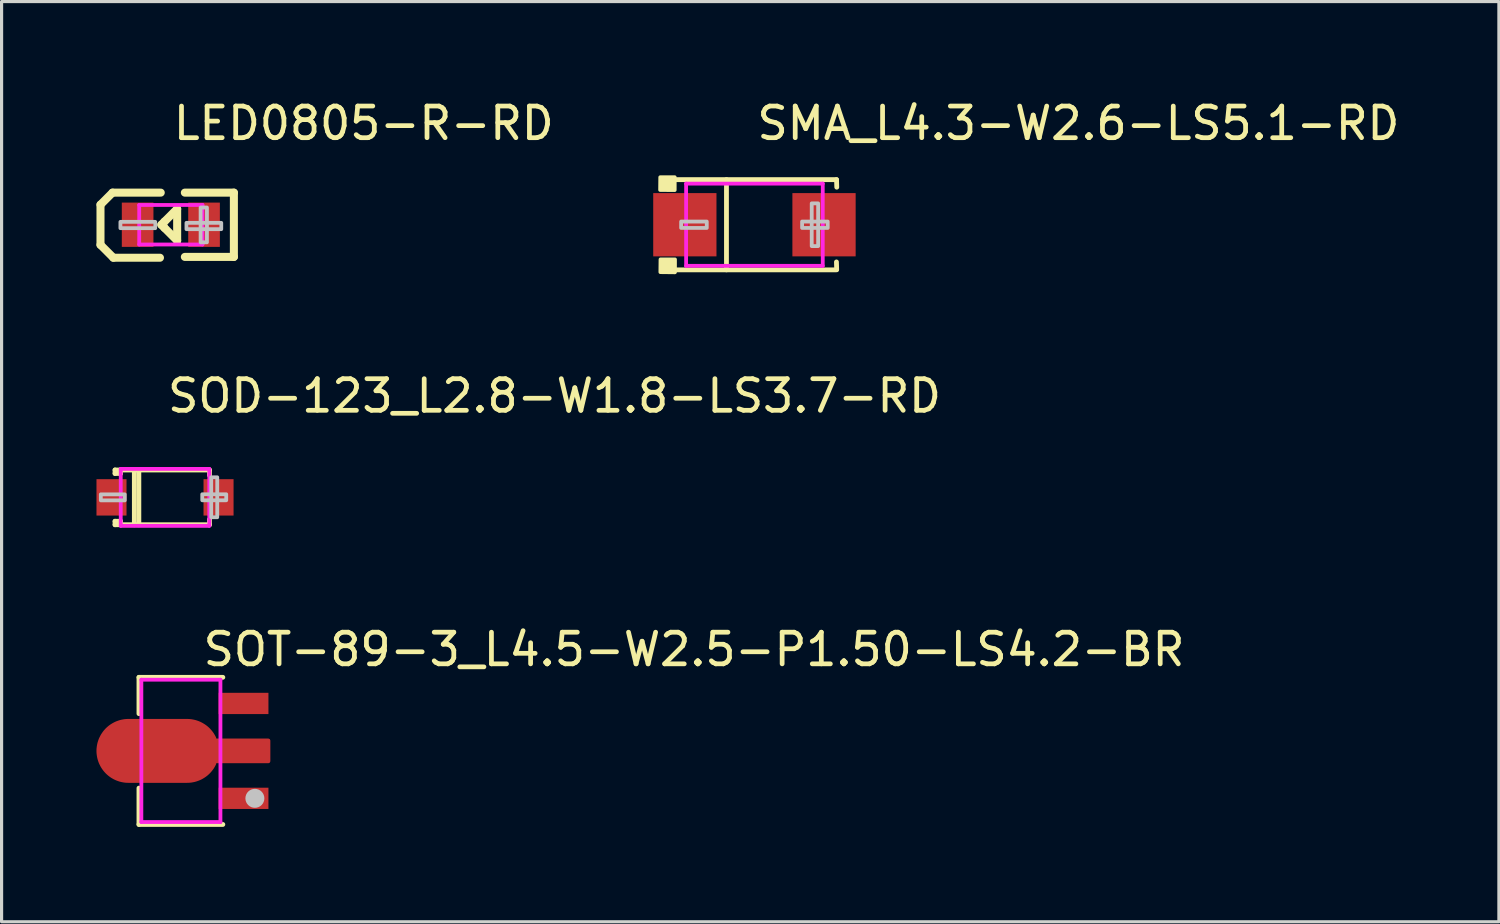
<source format=kicad_pcb>
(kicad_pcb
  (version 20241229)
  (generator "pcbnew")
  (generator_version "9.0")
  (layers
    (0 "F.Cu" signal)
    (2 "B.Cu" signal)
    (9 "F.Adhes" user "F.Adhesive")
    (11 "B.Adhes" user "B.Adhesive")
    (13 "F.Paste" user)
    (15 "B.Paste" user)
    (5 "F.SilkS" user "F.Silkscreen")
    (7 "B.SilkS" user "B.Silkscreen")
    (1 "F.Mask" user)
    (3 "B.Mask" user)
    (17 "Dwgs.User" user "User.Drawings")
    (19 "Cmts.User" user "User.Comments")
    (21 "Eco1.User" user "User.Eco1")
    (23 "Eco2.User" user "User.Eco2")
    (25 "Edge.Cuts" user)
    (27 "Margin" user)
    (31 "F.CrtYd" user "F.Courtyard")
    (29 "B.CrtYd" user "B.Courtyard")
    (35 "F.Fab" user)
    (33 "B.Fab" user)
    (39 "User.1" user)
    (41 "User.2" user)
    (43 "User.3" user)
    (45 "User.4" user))
  (footprint "SOD-123_L2.8-W1.8-LS3.7-RD"
    (layer "F.Cu")
    (at 2.167 12.674)
    (property "Reference" "SOD-123_L2.8-W1.8-LS3.7-RD" (at 0 -3.207 0) (layer "F.SilkS") (effects (font (size 1 1) (thickness 0.15)) (justify left)))
    (attr through_hole)
    (fp_line (start -1.58 -0.866) (end -1.406 -0.866) (stroke (width 0.152) (type solid)) (layer "F.SilkS"))
    (fp_line (start -1.58 -0.755) (end -1.58 -0.866) (stroke (width 0.152) (type solid)) (layer "F.SilkS"))
    (fp_line (start -1.58 -0.755) (end -1.406 -0.755) (stroke (width 0.152) (type solid)) (layer "F.SilkS"))
    (fp_line (start -1.58 0.755) (end -1.406 0.755) (stroke (width 0.152) (type solid)) (layer "F.SilkS"))
    (fp_line (start -1.58 0.866) (end -1.58 0.755) (stroke (width 0.152) (type solid)) (layer "F.SilkS"))
    (fp_line (start -1.406 -0.866) (end -1.406 -0.755) (stroke (width 0.152) (type solid)) (layer "F.SilkS"))
    (fp_line (start -1.406 -0.866) (end 1.406 -0.866) (stroke (width 0.152) (type solid)) (layer "F.SilkS"))
    (fp_line (start -1.406 0.755) (end -1.406 0.866) (stroke (width 0.152) (type solid)) (layer "F.SilkS"))
    (fp_line (start -1.406 0.866) (end -1.58 0.866) (stroke (width 0.152) (type solid)) (layer "F.SilkS"))
    (fp_line (start -1.406 0.866) (end 1.406 0.866) (stroke (width 0.152) (type solid)) (layer "F.SilkS"))
    (fp_line (start -0.97 -0.866) (end -0.97 0.866) (stroke (width 0.152) (type solid)) (layer "F.SilkS"))
    (fp_line (start -0.827 -0.866) (end -0.827 0.866) (stroke (width 0.152) (type solid)) (layer "F.SilkS"))
    (fp_line (start 1.406 -0.866) (end 1.406 -0.698) (stroke (width 0.152) (type solid)) (layer "F.SilkS"))
    (fp_line (start 1.406 0.866) (end 1.406 0.698) (stroke (width 0.152) (type solid)) (layer "F.SilkS"))
    (fp_poly (pts (xy -2.03 -0.095) (xy -2.03 0.095) (xy -1.272 0.095) (xy -1.272 -0.095)) (stroke (width 0.12) (type solid)) (fill no) (layer "Dwgs.User"))
    (fp_poly (pts (xy 1.651 -0.635) (xy 1.651 0.629) (xy 1.461 0.629) (xy 1.461 -0.635)) (stroke (width 0.12) (type solid)) (fill no) (layer "Dwgs.User"))
    (fp_poly (pts (xy 1.935 -0.098) (xy 1.935 0.092) (xy 1.177 0.092) (xy 1.177 -0.098)) (stroke (width 0.12) (type solid)) (fill no) (layer "Dwgs.User"))
    (fp_circle (center -1.85 0.9) (end -1.82 0.9) (stroke (width 0.06) (type solid)) (fill no) (layer "Eco2.User"))
    (fp_poly (pts (xy -1.851 0.465) (xy -1.851 -0.465) (xy -1.301 -0.465) (xy -1.301 0.465)) (stroke (width 0.12) (type solid)) (fill no) (layer "Eco2.User"))
    (fp_poly (pts (xy 1.851 0.465) (xy 1.851 -0.465) (xy 1.301 -0.465) (xy 1.301 0.465)) (stroke (width 0.12) (type solid)) (fill no) (layer "Eco2.User"))
    (fp_line (start -1.4 -0.9) (end 1.4 -0.9) (stroke (width 0.12) (type solid)) (layer "F.CrtYd"))
    (fp_line (start -1.4 0.9) (end -1.4 -0.9) (stroke (width 0.12) (type solid)) (layer "F.CrtYd"))
    (fp_line (start 1.4 -0.9) (end 1.4 0.9) (stroke (width 0.12) (type solid)) (layer "F.CrtYd"))
    (fp_line (start 1.4 0.9) (end -1.4 0.9) (stroke (width 0.12) (type solid)) (layer "F.CrtYd"))
    (pad "1" smd rect (at -1.692 0) (size 0.95 1.15) (layers "F.Cu" "F.Mask" "F.Paste"))
    (pad "2" smd rect (at 1.692 0) (size 0.95 1.15) (layers "F.Cu" "F.Mask" "F.Paste")))
  (footprint "SOT-89-3_L4.5-W2.5-P1.50-LS4.2-BR"
    (layer "F.Cu")
    (at 3.293 20.689)
    (property "Reference" "SOT-89-3_L4.5-W2.5-P1.50-LS4.2-BR" (at 0 -3.207 0) (layer "F.SilkS") (effects (font (size 1 1) (thickness 0.15)) (justify left)))
    (attr through_hole)
    (fp_line (start -1.95 -2.326) (end -1.95 -1.177) (stroke (width 0.152) (type solid)) (layer "F.SilkS"))
    (fp_line (start -1.95 2.326) (end -1.95 1.177) (stroke (width 0.152) (type solid)) (layer "F.SilkS"))
    (fp_line (start 0.702 -2.326) (end -1.95 -2.326) (stroke (width 0.152) (type solid)) (layer "F.SilkS"))
    (fp_line (start 0.702 2.326) (end -1.95 2.326) (stroke (width 0.152) (type solid)) (layer "F.SilkS"))
    (fp_circle (center 1.715 1.5) (end 1.865 1.5) (stroke (width 0.3) (type solid)) (fill no) (layer "Dwgs.User"))
    (fp_circle (center 1.724 2.25) (end 1.754 2.25) (stroke (width 0.06) (type solid)) (fill no) (layer "Eco2.User"))
    (fp_poly (pts (xy 0.624 -1.75) (xy 1.724 -1.75) (xy 1.724 -1.25) (xy 0.624 -1.25)) (stroke (width 0.12) (type solid)) (fill no) (layer "Eco2.User"))
    (fp_poly (pts (xy 0.624 1.25) (xy 1.724 1.25) (xy 1.724 1.75) (xy 0.624 1.75)) (stroke (width 0.12) (type solid)) (fill no) (layer "Eco2.User"))
    (fp_poly (pts (xy 0.439 0.26) (xy 1.724 0.26) (xy 1.724 -0.26) (xy 0.439 -0.26) (xy -0.136 -0.863) (xy -2 -0.863) (xy -2.471 -0.288) (xy -2.471 0.287) (xy -2 0.862) (xy -0.136 0.862)) (stroke (width 0.12) (type solid)) (fill no) (layer "Eco2.User"))
    (fp_line (start -1.874 -2.25) (end 0.626 -2.25) (stroke (width 0.12) (type solid)) (layer "F.CrtYd"))
    (fp_line (start -1.874 2.25) (end -1.874 -2.25) (stroke (width 0.12) (type solid)) (layer "F.CrtYd"))
    (fp_line (start 0.626 -2.25) (end 0.626 2.25) (stroke (width 0.12) (type solid)) (layer "F.CrtYd"))
    (fp_line (start 0.626 2.25) (end -1.874 2.25) (stroke (width 0.12) (type solid)) (layer "F.CrtYd"))
    (pad "1" smd rect (at 1.356 1.5) (size 1.575 0.672) (layers "F.Cu" "F.Mask" "F.Paste"))
    (pad "2" smd custom (at -1.356 0 90) (size 0.102 0.102) (layers "F.Cu" "F.Mask" "F.Paste") (options (anchor circle)) (primitives (gr_poly (pts (xy 0.95 -0.927) (xy 0.95 0.927) (xy 0.949 0.972) (xy 0.946 1.016) (xy 0.941 1.06) (xy 0.933 1.104) (xy 0.924 1.148) (xy 0.913 1.191) (xy 0.899 1.233) (xy 0.884 1.275) (xy 0.867 1.316) (xy 0.847 1.357) (xy 0.826 1.396) (xy 0.803 1.434) (xy 0.779 1.471) (xy 0.753 1.507) (xy 0.725 1.542) (xy 0.695 1.575) (xy 0.664 1.607) (xy 0.631 1.637) (xy 0.597 1.666) (xy 0.562 1.693) (xy 0.525 1.719) (xy 0.488 1.742) (xy 0.449 1.764) (xy 0.409 1.785) (xy 0.33 1.803) (xy 0.33 3.5) (xy -0.33 3.5) (xy -0.33 1.803) (xy -0.409 1.785) (xy -0.449 1.764) (xy -0.488 1.742) (xy -0.526 1.719) (xy -0.562 1.693) (xy -0.597 1.666) (xy -0.631 1.637) (xy -0.664 1.607) (xy -0.695 1.575) (xy -0.725 1.542) (xy -0.753 1.507) (xy -0.779 1.471) (xy -0.804 1.434) (xy -0.826 1.396) (xy -0.848 1.357) (xy -0.867 1.316) (xy -0.884 1.275) (xy -0.899 1.233) (xy -0.913 1.191) (xy -0.924 1.148) (xy -0.933 1.104) (xy -0.941 1.06) (xy -0.946 1.016) (xy -0.949 0.972) (xy -0.95 0.927) (xy -0.95 -0.927) (xy -0.949 -0.971) (xy -0.946 -1.016) (xy -0.941 -1.06) (xy -0.933 -1.104) (xy -0.924 -1.148) (xy -0.913 -1.191) (xy -0.899 -1.233) (xy -0.884 -1.275) (xy -0.867 -1.316) (xy -0.848 -1.356) (xy -0.826 -1.396) (xy -0.804 -1.434) (xy -0.779 -1.471) (xy -0.753 -1.507) (xy -0.725 -1.541) (xy -0.695 -1.575) (xy -0.664 -1.607) (xy -0.631 -1.637) (xy -0.597 -1.666) (xy -0.562 -1.693) (xy -0.526 -1.718) (xy -0.488 -1.742) (xy -0.449 -1.764) (xy -0.409 -1.784) (xy -0.369 -1.803) (xy -0.327 -1.819) (xy -0.285 -1.833) (xy -0.242 -1.846) (xy -0.199 -1.856) (xy -0.155 -1.864) (xy -0.111 -1.87) (xy -0.067 -1.875) (xy -0.022 -1.877) (xy 0.022 -1.877) (xy 0.067 -1.875) (xy 0.111 -1.87) (xy 0.155 -1.864) (xy 0.199 -1.856) (xy 0.242 -1.846) (xy 0.285 -1.833) (xy 0.327 -1.819) (xy 0.369 -1.803) (xy 0.409 -1.784) (xy 0.449 -1.764) (xy 0.488 -1.742) (xy 0.525 -1.718) (xy 0.562 -1.693) (xy 0.597 -1.666) (xy 0.631 -1.637) (xy 0.664 -1.607) (xy 0.695 -1.575) (xy 0.725 -1.541) (xy 0.753 -1.507) (xy 0.779 -1.471) (xy 0.803 -1.434) (xy 0.826 -1.396) (xy 0.847 -1.356) (xy 0.867 -1.316) (xy 0.884 -1.275) (xy 0.899 -1.233) (xy 0.913 -1.191) (xy 0.924 -1.148) (xy 0.933 -1.104) (xy 0.941 -1.06) (xy 0.946 -1.016) (xy 0.949 -0.971) (xy 0.95 -0.927)) (width 0.12) (fill yes))))
    (pad "3" smd rect (at 1.356 -1.5) (size 1.575 0.672) (layers "F.Cu" "F.Mask" "F.Paste")))
  (footprint "SMA_L4.3-W2.6-LS5.1-RD"
    (layer "F.Cu")
    (at 20.801 4.055)
    (property "Reference" "SMA_L4.3-W2.6-LS5.1-RD" (at 0 -3.207 0) (layer "F.SilkS") (effects (font (size 1 1) (thickness 0.15)) (justify left)))
    (attr through_hole)
    (fp_line (start -2.596 -1.426) (end 2.596 -1.426) (stroke (width 0.152) (type solid)) (layer "F.SilkS"))
    (fp_line (start -2.596 1.426) (end 2.596 1.426) (stroke (width 0.152) (type solid)) (layer "F.SilkS"))
    (fp_line (start -0.884 -1.426) (end -0.884 1.426) (stroke (width 0.152) (type solid)) (layer "F.SilkS"))
    (fp_line (start 2.593 1.176) (end 2.6 1.415) (stroke (width 0.152) (type solid)) (layer "F.SilkS"))
    (fp_line (start 2.596 -1.426) (end 2.603 -1.187) (stroke (width 0.152) (type solid)) (layer "F.SilkS"))
    (fp_poly (pts (xy -2.52 -1.502) (xy -2.521 -1.096) (xy -2.981 -1.1) (xy -2.977 -1.502)) (stroke (width 0.12) (type solid)) (fill yes) (layer "F.SilkS"))
    (fp_poly (pts (xy -2.512 1.096) (xy -2.513 1.503) (xy -2.973 1.498) (xy -2.969 1.096)) (stroke (width 0.12) (type solid)) (fill yes) (layer "F.SilkS"))
    (fp_poly (pts (xy -2.317 0.101) (xy -2.317 -0.101) (xy -1.507 -0.101) (xy -1.507 0.101)) (stroke (width 0.12) (type solid)) (fill no) (layer "Dwgs.User"))
    (fp_poly (pts (xy 2.014 0.675) (xy 2.014 -0.675) (xy 1.811 -0.675) (xy 1.811 0.675)) (stroke (width 0.12) (type solid)) (fill no) (layer "Dwgs.User"))
    (fp_poly (pts (xy 2.317 0.101) (xy 2.317 -0.101) (xy 1.507 -0.101) (xy 1.507 0.101)) (stroke (width 0.12) (type solid)) (fill no) (layer "Dwgs.User"))
    (fp_circle (center -2.56 1.3) (end -2.53 1.3) (stroke (width 0.06) (type solid)) (fill no) (layer "Eco2.User"))
    (fp_poly (pts (xy -1.435 -0.725) (xy -1.435 0.725) (xy -2.56 0.725) (xy -2.56 -0.725)) (stroke (width 0.12) (type solid)) (fill no) (layer "Eco2.User"))
    (fp_poly (pts (xy 2.56 -0.725) (xy 2.56 0.725) (xy 1.435 0.725) (xy 1.435 -0.725)) (stroke (width 0.12) (type solid)) (fill no) (layer "Eco2.User"))
    (fp_line (start -2.16 -1.3) (end 2.16 -1.3) (stroke (width 0.12) (type solid)) (layer "F.CrtYd"))
    (fp_line (start -2.16 1.3) (end -2.16 -1.3) (stroke (width 0.12) (type solid)) (layer "F.CrtYd"))
    (fp_line (start 2.16 -1.3) (end 2.16 1.3) (stroke (width 0.12) (type solid)) (layer "F.CrtYd"))
    (fp_line (start 2.16 1.3) (end -2.16 1.3) (stroke (width 0.12) (type solid)) (layer "F.CrtYd"))
    (pad "1" smd rect (at -2.2 0 180) (size 2 2) (layers "F.Cu" "F.Mask" "F.Paste"))
    (pad "2" smd rect (at 2.2 0 180) (size 2 2) (layers "F.Cu" "F.Mask" "F.Paste")))
  (footprint "LED0805-R-RD"
    (layer "F.Cu")
    (at 2.351 4.055)
    (property "Reference" "LED0805-R-RD" (at 0 -3.207 0) (layer "F.SilkS") (effects (font (size 1 1) (thickness 0.15)) (justify left)))
    (attr through_hole)
    (fp_line (start -2.224 -0.634) (end -1.843 -1.015) (stroke (width 0.254) (type solid)) (layer "F.SilkS"))
    (fp_line (start -2.224 0.636) (end -2.224 -0.634) (stroke (width 0.254) (type solid)) (layer "F.SilkS"))
    (fp_line (start -1.843 -1.015) (end -0.319 -1.015) (stroke (width 0.254) (type solid)) (layer "F.SilkS"))
    (fp_line (start -1.817 1.043) (end -2.224 0.636) (stroke (width 0.254) (type solid)) (layer "F.SilkS"))
    (fp_line (start -0.344 1.043) (end -1.817 1.043) (stroke (width 0.254) (type solid)) (layer "F.SilkS"))
    (fp_line (start -0.3 0) (end -0.2 0.1) (stroke (width 0.254) (type solid)) (layer "F.SilkS"))
    (fp_line (start -0.2 -0.1) (end -0.3 0) (stroke (width 0.254) (type solid)) (layer "F.SilkS"))
    (fp_line (start -0.2 0.1) (end 0.2 0.5) (stroke (width 0.254) (type solid)) (layer "F.SilkS"))
    (fp_line (start 0.2 -0.5) (end -0.2 -0.1) (stroke (width 0.254) (type solid)) (layer "F.SilkS"))
    (fp_line (start 0.2 -0.5) (end 0.2 0.5) (stroke (width 0.254) (type solid)) (layer "F.SilkS"))
    (fp_line (start 0.443 1.017) (end 1.993 1.017) (stroke (width 0.254) (type solid)) (layer "F.SilkS"))
    (fp_line (start 1.993 -1.015) (end 0.443 -1.015) (stroke (width 0.254) (type solid)) (layer "F.SilkS"))
    (fp_line (start 1.993 1.017) (end 1.993 -1.015) (stroke (width 0.254) (type solid)) (layer "F.SilkS"))
    (fp_poly (pts (xy -0.494 0.109) (xy -1.594 0.109) (xy -1.594 -0.091) (xy -0.494 -0.091)) (stroke (width 0.12) (type solid)) (fill no) (layer "Dwgs.User"))
    (fp_poly (pts (xy 0.494 -0.06) (xy 1.594 -0.06) (xy 1.594 0.14) (xy 0.494 0.14)) (stroke (width 0.12) (type solid)) (fill no) (layer "Dwgs.User"))
    (fp_poly (pts (xy 0.941 0.556) (xy 0.941 -0.544) (xy 1.141 -0.544) (xy 1.141 0.556)) (stroke (width 0.12) (type solid)) (fill no) (layer "Dwgs.User"))
    (fp_circle (center 1 -0.625) (end 1.03 -0.625) (stroke (width 0.06) (type solid)) (fill no) (layer "Eco2.User"))
    (fp_poly (pts (xy -0.6 0.625) (xy -1 0.625) (xy -1 -0.625) (xy -0.6 -0.625)) (stroke (width 0.12) (type solid)) (fill no) (layer "Eco2.User"))
    (fp_poly (pts (xy 1 0.625) (xy 0.6 0.625) (xy 0.6 -0.625) (xy 1 -0.625)) (stroke (width 0.12) (type solid)) (fill no) (layer "Eco2.User"))
    (fp_line (start -1 -0.625) (end 1 -0.625) (stroke (width 0.12) (type solid)) (layer "F.CrtYd"))
    (fp_line (start -1 0.625) (end -1 -0.625) (stroke (width 0.12) (type solid)) (layer "F.CrtYd"))
    (fp_line (start 1 -0.625) (end 1 0.625) (stroke (width 0.12) (type solid)) (layer "F.CrtYd"))
    (fp_line (start 1 0.625) (end -1 0.625) (stroke (width 0.12) (type solid)) (layer "F.CrtYd"))
    (pad "1" smd rect (at 1.05 0 180) (size 1 1.4) (layers "F.Cu" "F.Mask" "F.Paste"))
    (pad "2" smd rect (at -1.05 0 180) (size 1 1.4) (layers "F.Cu" "F.Mask" "F.Paste")))
  (gr_rect
    (start -3 -3)
    (end 44.337 26.091)
    (stroke (width 0.1) (type default))
    (fill no)
    (layer "Edge.Cuts")))
</source>
